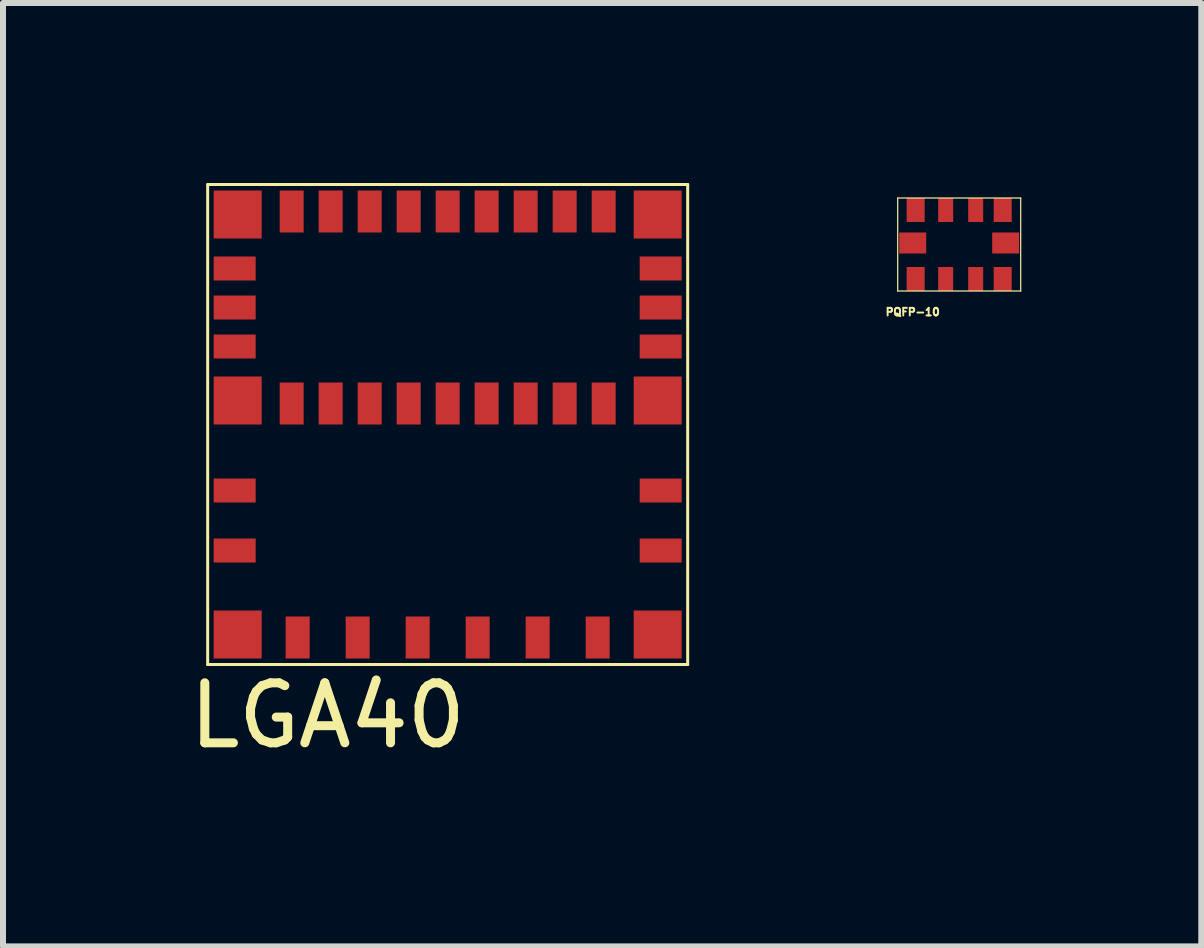
<source format=kicad_pcb>
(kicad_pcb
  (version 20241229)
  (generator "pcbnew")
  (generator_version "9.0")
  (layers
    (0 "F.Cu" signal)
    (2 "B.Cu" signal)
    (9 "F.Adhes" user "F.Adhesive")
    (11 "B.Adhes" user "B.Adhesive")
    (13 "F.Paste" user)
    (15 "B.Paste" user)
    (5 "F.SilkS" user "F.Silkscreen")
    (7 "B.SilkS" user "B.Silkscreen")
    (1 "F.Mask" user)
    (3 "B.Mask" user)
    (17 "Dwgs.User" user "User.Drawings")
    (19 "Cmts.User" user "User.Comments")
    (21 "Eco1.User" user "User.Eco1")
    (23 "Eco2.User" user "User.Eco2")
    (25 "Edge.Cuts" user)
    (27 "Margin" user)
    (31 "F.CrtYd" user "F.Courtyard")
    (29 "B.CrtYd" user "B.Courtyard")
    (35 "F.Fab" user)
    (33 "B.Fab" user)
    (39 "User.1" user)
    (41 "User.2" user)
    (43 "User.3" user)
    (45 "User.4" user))
  (footprint "PQFP-10"
    (layer "F.Cu")
    (at 11.911 0.25)
    (property "Reference" "PQFP-10" (at 0.25 1.9 0) (layer "F.SilkS") (effects (font (size 0.127 0.127) (thickness 0.032))))
    (attr through_hole)
    (fp_line (start 0 0) (end 2.05 0) (stroke (width 0.02) (type solid)) (layer "F.SilkS"))
    (fp_line (start 0 1.55) (end 0 0) (stroke (width 0.02) (type solid)) (layer "F.SilkS"))
    (fp_line (start 2.05 0) (end 2.05 1.55) (stroke (width 0.02) (type solid)) (layer "F.SilkS"))
    (fp_line (start 2.05 1.55) (end 0 1.55) (stroke (width 0.02) (type solid)) (layer "F.SilkS"))
    (pad "1" smd rect (at 0.3 0.2) (size 0.3 0.4) (layers "F.Cu" "F.Mask" "F.Paste"))
    (pad "2" smd rect (at 0.8 0.2) (size 0.25 0.4) (layers "F.Cu" "F.Mask" "F.Paste"))
    (pad "3" smd rect (at 1.3 0.2) (size 0.25 0.4) (layers "F.Cu" "F.Mask" "F.Paste"))
    (pad "4" smd rect (at 1.75 0.2) (size 0.3 0.4) (layers "F.Cu" "F.Mask" "F.Paste"))
    (pad "5" smd rect (at 1.8 0.75) (size 0.45 0.35) (layers "F.Cu" "F.Mask" "F.Paste"))
    (pad "6" smd rect (at 1.75 1.35) (size 0.3 0.4) (layers "F.Cu" "F.Mask" "F.Paste"))
    (pad "7" smd rect (at 1.3 1.35) (size 0.25 0.4) (layers "F.Cu" "F.Mask" "F.Paste"))
    (pad "8" smd rect (at 0.8 1.35) (size 0.25 0.4) (layers "F.Cu" "F.Mask" "F.Paste"))
    (pad "9" smd rect (at 0.3 1.35) (size 0.3 0.4) (layers "F.Cu" "F.Mask" "F.Paste"))
    (pad "10" smd rect (at 0.25 0.75) (size 0.45 0.35) (layers "F.Cu" "F.Mask" "F.Paste")))
  (footprint "LGA40"
    (layer "F.Cu")
    (at 8.411 8.025)
    (property "Reference" "LGA40" (at -6 0.85 0) (layer "F.SilkS") (effects (font (size 1 1) (thickness 0.15))))
    (attr through_hole)
    (fp_line (start -8 -8) (end 0 -8) (stroke (width 0.05) (type solid)) (layer "F.SilkS"))
    (fp_line (start -8 0) (end -8 -8) (stroke (width 0.05) (type solid)) (layer "F.SilkS"))
    (fp_line (start 0 -8) (end 0 0) (stroke (width 0.05) (type solid)) (layer "F.SilkS"))
    (fp_line (start 0 0) (end -8 0) (stroke (width 0.05) (type solid)) (layer "F.SilkS"))
    (pad "1" smd rect (at -7.5 -7.5) (size 0.8 0.8) (layers "F.Cu" "F.Mask" "F.Paste"))
    (pad "2" smd rect (at -7.55 -6.6) (size 0.7 0.4) (layers "F.Cu" "F.Mask" "F.Paste"))
    (pad "3" smd rect (at -7.55 -5.95) (size 0.7 0.4) (layers "F.Cu" "F.Mask" "F.Paste"))
    (pad "4" smd rect (at -7.55 -5.3) (size 0.7 0.4) (layers "F.Cu" "F.Mask" "F.Paste"))
    (pad "5" smd rect (at -7.5 -4.4) (size 0.8 0.8) (layers "F.Cu" "F.Mask" "F.Paste"))
    (pad "6" smd rect (at -6.6 -4.35) (size 0.4 0.7) (layers "F.Cu" "F.Mask" "F.Paste"))
    (pad "7" smd rect (at -5.95 -4.35) (size 0.4 0.7) (layers "F.Cu" "F.Mask" "F.Paste"))
    (pad "8" smd rect (at -5.3 -4.35) (size 0.4 0.7) (layers "F.Cu" "F.Mask" "F.Paste"))
    (pad "9" smd rect (at -4.65 -4.35) (size 0.4 0.7) (layers "F.Cu" "F.Mask" "F.Paste"))
    (pad "10" smd rect (at -4 -4.35) (size 0.4 0.7) (layers "F.Cu" "F.Mask" "F.Paste"))
    (pad "11" smd rect (at -3.35 -4.35) (size 0.4 0.7) (layers "F.Cu" "F.Mask" "F.Paste"))
    (pad "12" smd rect (at -2.7 -4.35) (size 0.4 0.7) (layers "F.Cu" "F.Mask" "F.Paste"))
    (pad "13" smd rect (at -2.05 -4.35) (size 0.4 0.7) (layers "F.Cu" "F.Mask" "F.Paste"))
    (pad "14" smd rect (at -1.4 -4.35) (size 0.4 0.7) (layers "F.Cu" "F.Mask" "F.Paste"))
    (pad "15" smd rect (at -0.5 -4.4) (size 0.8 0.8) (layers "F.Cu" "F.Mask" "F.Paste"))
    (pad "16" smd rect (at -0.45 -5.3) (size 0.7 0.4) (layers "F.Cu" "F.Mask" "F.Paste"))
    (pad "17" smd rect (at -0.45 -5.95) (size 0.7 0.4) (layers "F.Cu" "F.Mask" "F.Paste"))
    (pad "18" smd rect (at -0.45 -6.6) (size 0.7 0.4) (layers "F.Cu" "F.Mask" "F.Paste"))
    (pad "19" smd rect (at -0.5 -7.5) (size 0.8 0.8) (layers "F.Cu" "F.Mask" "F.Paste"))
    (pad "20" smd rect (at -1.4 -7.55) (size 0.4 0.7) (layers "F.Cu" "F.Mask" "F.Paste"))
    (pad "21" smd rect (at -2.05 -7.55) (size 0.4 0.7) (layers "F.Cu" "F.Mask" "F.Paste"))
    (pad "22" smd rect (at -2.7 -7.55) (size 0.4 0.7) (layers "F.Cu" "F.Mask" "F.Paste"))
    (pad "23" smd rect (at -3.35 -7.55) (size 0.4 0.7) (layers "F.Cu" "F.Mask" "F.Paste"))
    (pad "24" smd rect (at -4 -7.55) (size 0.4 0.7) (layers "F.Cu" "F.Mask" "F.Paste"))
    (pad "25" smd rect (at -4.65 -7.55) (size 0.4 0.7) (layers "F.Cu" "F.Mask" "F.Paste"))
    (pad "26" smd rect (at -5.3 -7.55) (size 0.4 0.7) (layers "F.Cu" "F.Mask" "F.Paste"))
    (pad "27" smd rect (at -5.95 -7.55) (size 0.4 0.7) (layers "F.Cu" "F.Mask" "F.Paste"))
    (pad "28" smd rect (at -6.6 -7.55) (size 0.4 0.7) (layers "F.Cu" "F.Mask" "F.Paste"))
    (pad "29" smd rect (at -7.55 -2.9) (size 0.7 0.4) (layers "F.Cu" "F.Mask" "F.Paste"))
    (pad "30" smd rect (at -7.55 -1.9) (size 0.7 0.4) (layers "F.Cu" "F.Mask" "F.Paste"))
    (pad "31" smd rect (at -7.5 -0.5) (size 0.8 0.8) (layers "F.Cu" "F.Mask" "F.Paste"))
    (pad "32" smd rect (at -6.5 -0.45) (size 0.4 0.7) (layers "F.Cu" "F.Mask" "F.Paste"))
    (pad "33" smd rect (at -5.5 -0.45) (size 0.4 0.7) (layers "F.Cu" "F.Mask" "F.Paste"))
    (pad "34" smd rect (at -4.5 -0.45) (size 0.4 0.7) (layers "F.Cu" "F.Mask" "F.Paste"))
    (pad "35" smd rect (at -3.5 -0.45) (size 0.4 0.7) (layers "F.Cu" "F.Mask" "F.Paste"))
    (pad "36" smd rect (at -2.5 -0.45) (size 0.4 0.7) (layers "F.Cu" "F.Mask" "F.Paste"))
    (pad "37" smd rect (at -1.5 -0.45) (size 0.4 0.7) (layers "F.Cu" "F.Mask" "F.Paste"))
    (pad "38" smd rect (at -0.5 -0.5) (size 0.8 0.8) (layers "F.Cu" "F.Mask" "F.Paste"))
    (pad "39" smd rect (at -0.45 -1.9) (size 0.7 0.4) (layers "F.Cu" "F.Mask" "F.Paste"))
    (pad "40" smd rect (at -0.45 -2.9) (size 0.7 0.4) (layers "F.Cu" "F.Mask" "F.Paste")))
  (gr_rect
    (start -3 -3)
    (end 16.971 12.723)
    (stroke (width 0.1) (type default))
    (fill no)
    (layer "Edge.Cuts")))
</source>
